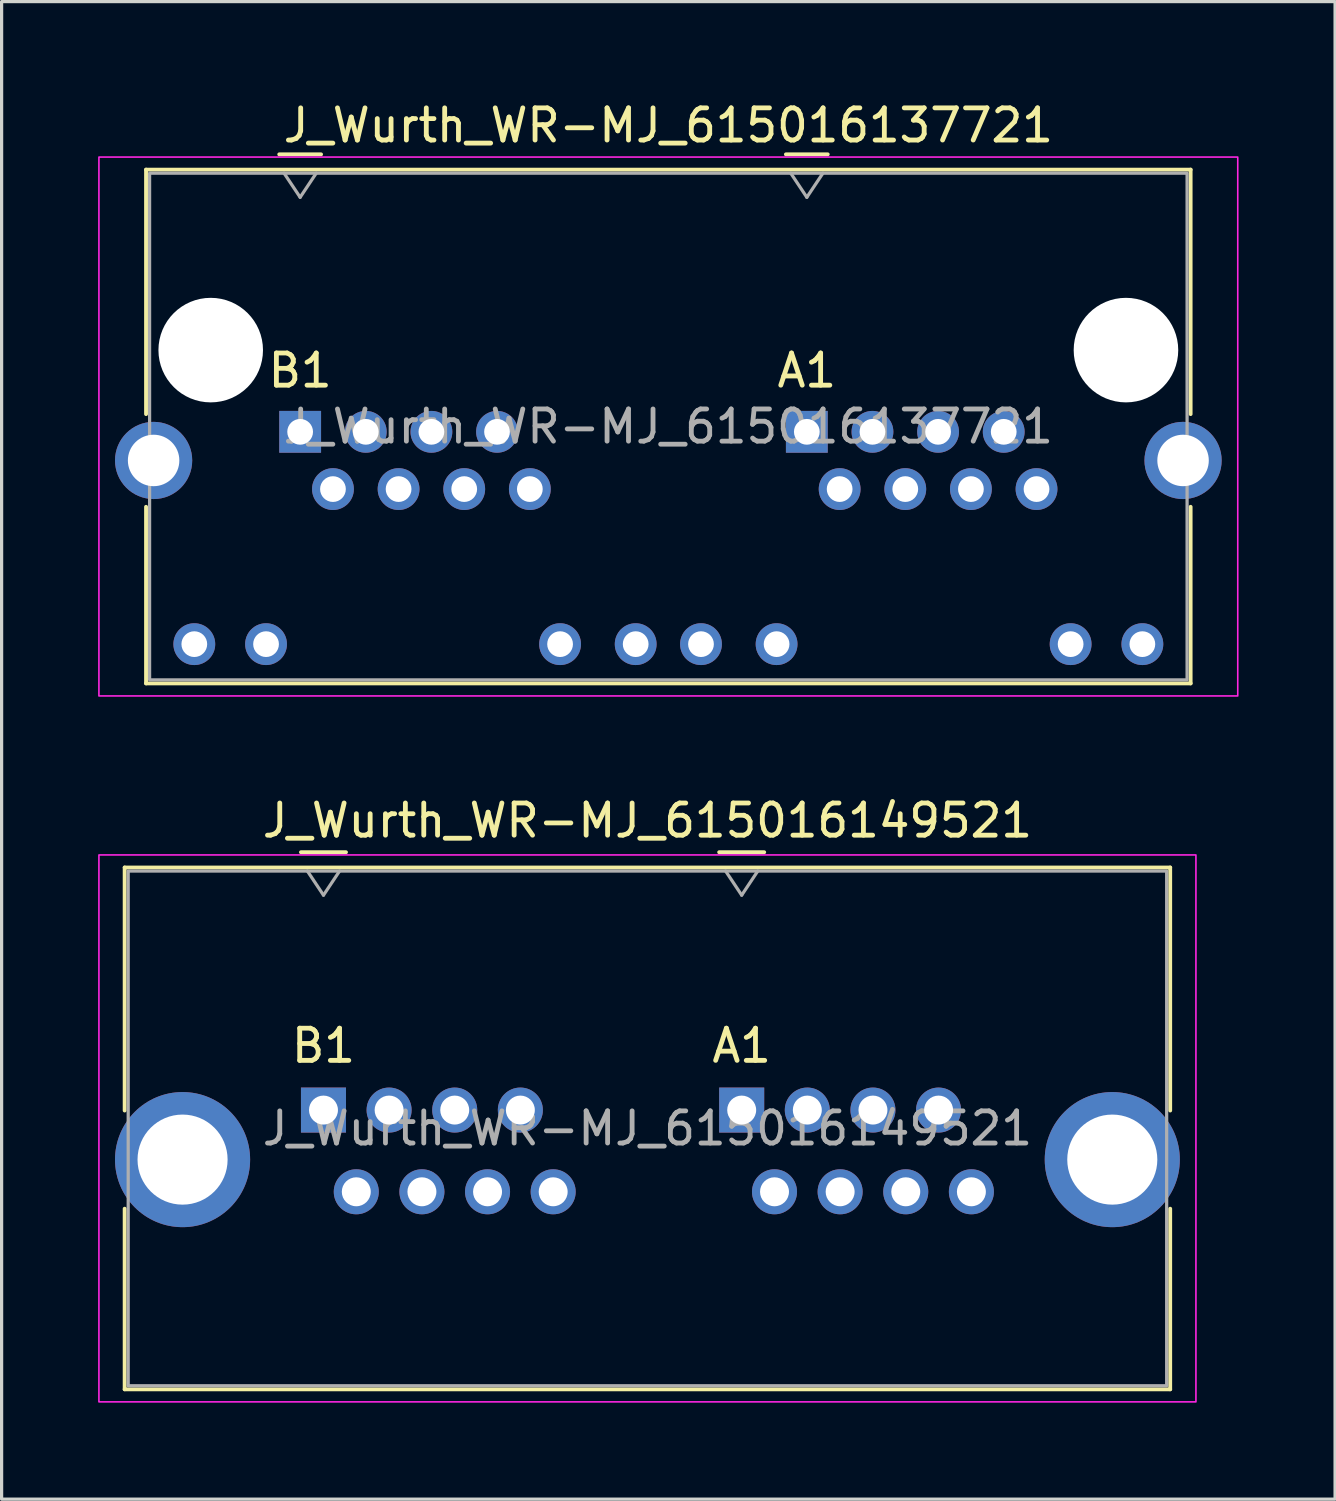
<source format=kicad_pcb>
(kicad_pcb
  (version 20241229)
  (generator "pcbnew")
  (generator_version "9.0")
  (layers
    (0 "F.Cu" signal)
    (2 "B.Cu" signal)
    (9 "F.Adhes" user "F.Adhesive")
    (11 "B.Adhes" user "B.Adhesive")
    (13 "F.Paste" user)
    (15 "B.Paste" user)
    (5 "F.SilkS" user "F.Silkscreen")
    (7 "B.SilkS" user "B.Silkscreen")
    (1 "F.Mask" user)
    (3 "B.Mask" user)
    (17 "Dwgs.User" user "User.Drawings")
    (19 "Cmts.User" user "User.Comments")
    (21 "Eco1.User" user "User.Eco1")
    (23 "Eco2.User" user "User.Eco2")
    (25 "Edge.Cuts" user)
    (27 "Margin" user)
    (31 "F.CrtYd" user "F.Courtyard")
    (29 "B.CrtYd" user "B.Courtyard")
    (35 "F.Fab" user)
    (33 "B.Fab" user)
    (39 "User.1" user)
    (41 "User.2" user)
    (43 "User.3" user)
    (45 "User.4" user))
  (footprint "J_Wurth_WR-MJ_615016137721"
    (layer "F.Cu")
    (at 22.03 10.373)
    (property "Reference" "J_Wurth_WR-MJ_615016137721" (at -4.305 -9.525 0) (unlocked yes) (layer "F.SilkS") (effects (font (size 1 1) (thickness 0.15))))
    (attr through_hole)
    (fp_line (start -20.54 -0.551) (end -20.54 -8.15) (stroke (width 0.12) (type solid)) (layer "F.SilkS"))
    (fp_line (start -20.54 2.331) (end -20.54 7.82) (stroke (width 0.12) (type solid)) (layer "F.SilkS"))
    (fp_line (start -20.54 -8.15) (end 11.93 -8.15) (stroke (width 0.12) (type solid)) (layer "F.SilkS"))
    (fp_line (start -15.1 -8.625) (end -16.4 -8.625) (stroke (width 0.12) (type solid)) (layer "F.SilkS"))
    (fp_line (start 0.65 -8.625) (end -0.65 -8.625) (stroke (width 0.12) (type solid)) (layer "F.SilkS"))
    (fp_line (start 11.93 -0.551) (end 11.93 -8.15) (stroke (width 0.12) (type solid)) (layer "F.SilkS"))
    (fp_line (start 11.93 2.331) (end 11.93 7.82) (stroke (width 0.12) (type solid)) (layer "F.SilkS"))
    (fp_line (start 11.93 7.82) (end -20.54 7.82) (stroke (width 0.12) (type solid)) (layer "F.SilkS"))
    (fp_rect (start -22.005 -8.54) (end 13.395 8.21) (stroke (width 0.05) (type solid)) (fill no) (layer "F.CrtYd"))
    (fp_line (start -15.75 -7.29) (end -16.25 -8.04) (stroke (width 0.1) (type solid)) (layer "F.Fab"))
    (fp_line (start -15.75 -7.29) (end -15.25 -8.04) (stroke (width 0.1) (type solid)) (layer "F.Fab"))
    (fp_line (start 0 -7.29) (end -0.5 -8.04) (stroke (width 0.1) (type solid)) (layer "F.Fab"))
    (fp_line (start 0 -7.29) (end 0.5 -8.04) (stroke (width 0.1) (type solid)) (layer "F.Fab"))
    (fp_rect (start -20.43 -8.04) (end 11.82 7.71) (stroke (width 0.1) (type solid)) (fill no) (layer "F.Fab"))
    (fp_text user "A1" (at 0 -1.905 0) (unlocked yes) (layer "F.SilkS") (effects (font (size 1 1) (thickness 0.15))))
    (fp_text user "B1" (at -15.75 -1.905 0) (unlocked yes) (layer "F.SilkS") (effects (font (size 1 1) (thickness 0.15))))
    (fp_text user "${REFERENCE}" (at -4.305 -0.165 0) (unlocked yes) (layer "F.Fab") (effects (font (size 1 1) (thickness 0.15))))
    (pad "" np_thru_hole circle (at -18.53 -2.54 180) (size 3.25 3.25) (drill 3.25) (layers "*.Cu" "*.Mask"))
    (pad "" np_thru_hole circle (at 9.92 -2.54 180) (size 3.25 3.25) (drill 3.25) (layers "*.Cu" "*.Mask"))
    (pad "A1" thru_hole rect (at 0 0 180) (size 1.3 1.3) (drill 0.8) (layers "*.Cu" "*.Mask"))
    (pad "A2" thru_hole circle (at 1.02 1.78 180) (size 1.3 1.3) (drill 0.8) (layers "*.Cu" "*.Mask"))
    (pad "A3" thru_hole circle (at 2.04 0 180) (size 1.3 1.3) (drill 0.8) (layers "*.Cu" "*.Mask"))
    (pad "A4" thru_hole circle (at 3.06 1.78 180) (size 1.3 1.3) (drill 0.8) (layers "*.Cu" "*.Mask"))
    (pad "A5" thru_hole circle (at 4.08 0 180) (size 1.3 1.3) (drill 0.8) (layers "*.Cu" "*.Mask"))
    (pad "A6" thru_hole circle (at 5.1 1.78 180) (size 1.3 1.3) (drill 0.8) (layers "*.Cu" "*.Mask"))
    (pad "A7" thru_hole circle (at 6.12 0 180) (size 1.3 1.3) (drill 0.8) (layers "*.Cu" "*.Mask"))
    (pad "A8" thru_hole circle (at 7.14 1.78 180) (size 1.3 1.3) (drill 0.8) (layers "*.Cu" "*.Mask"))
    (pad "A9" thru_hole circle (at -3.29 6.6 180) (size 1.3 1.3) (drill 0.8) (layers "*.Cu" "*.Mask"))
    (pad "A10" thru_hole circle (at -0.94 6.6 180) (size 1.3 1.3) (drill 0.8) (layers "*.Cu" "*.Mask"))
    (pad "A11" thru_hole circle (at 8.2 6.6 180) (size 1.3 1.3) (drill 0.8) (layers "*.Cu" "*.Mask"))
    (pad "A12" thru_hole circle (at 10.43 6.6 180) (size 1.3 1.3) (drill 0.8) (layers "*.Cu" "*.Mask"))
    (pad "B1" thru_hole rect (at -15.75 0 180) (size 1.3 1.3) (drill 0.8) (layers "*.Cu" "*.Mask"))
    (pad "B2" thru_hole circle (at -14.73 1.78 180) (size 1.3 1.3) (drill 0.8) (layers "*.Cu" "*.Mask"))
    (pad "B3" thru_hole circle (at -13.71 0 180) (size 1.3 1.3) (drill 0.8) (layers "*.Cu" "*.Mask"))
    (pad "B4" thru_hole circle (at -12.69 1.78 180) (size 1.3 1.3) (drill 0.8) (layers "*.Cu" "*.Mask"))
    (pad "B5" thru_hole circle (at -11.67 0 180) (size 1.3 1.3) (drill 0.8) (layers "*.Cu" "*.Mask"))
    (pad "B6" thru_hole circle (at -10.65 1.78 180) (size 1.3 1.3) (drill 0.8) (layers "*.Cu" "*.Mask"))
    (pad "B7" thru_hole circle (at -9.63 0 180) (size 1.3 1.3) (drill 0.8) (layers "*.Cu" "*.Mask"))
    (pad "B8" thru_hole circle (at -8.61 1.78 180) (size 1.3 1.3) (drill 0.8) (layers "*.Cu" "*.Mask"))
    (pad "B9" thru_hole circle (at -19.04 6.6 180) (size 1.3 1.3) (drill 0.8) (layers "*.Cu" "*.Mask"))
    (pad "B10" thru_hole circle (at -16.81 6.6 180) (size 1.3 1.3) (drill 0.8) (layers "*.Cu" "*.Mask"))
    (pad "B11" thru_hole circle (at -7.67 6.6 180) (size 1.3 1.3) (drill 0.8) (layers "*.Cu" "*.Mask"))
    (pad "B12" thru_hole circle (at -5.32 6.6 180) (size 1.3 1.3) (drill 0.8) (layers "*.Cu" "*.Mask"))
    (pad "S1" thru_hole circle (at 11.695 0.89 180) (size 2.4 2.4) (drill 1.6) (layers "*.Cu" "*.Mask"))
    (pad "S2" thru_hole circle (at -20.305 0.89 180) (size 2.4 2.4) (drill 1.6) (layers "*.Cu" "*.Mask")))
  (footprint "J_Wurth_WR-MJ_615016149521"
    (layer "F.Cu")
    (at 20.005 31.456)
    (property "Reference" "J_Wurth_WR-MJ_615016149521" (at -2.93 -9 0) (unlocked yes) (layer "F.SilkS") (effects (font (size 1 1) (thickness 0.15))))
    (attr through_hole)
    (fp_line (start -19.18 -7.54) (end 13.32 -7.54) (stroke (width 0.12) (type solid)) (layer "F.SilkS"))
    (fp_line (start -19.18 0.014) (end -19.18 -7.54) (stroke (width 0.12) (type solid)) (layer "F.SilkS"))
    (fp_line (start -19.18 3.066) (end -19.18 8.68) (stroke (width 0.12) (type solid)) (layer "F.SilkS"))
    (fp_line (start -19.18 8.68) (end 13.32 8.68) (stroke (width 0.12) (type solid)) (layer "F.SilkS"))
    (fp_line (start -12.3 -8.015) (end -13.7 -8.015) (stroke (width 0.12) (type solid)) (layer "F.SilkS"))
    (fp_line (start 0.7 -8.015) (end -0.7 -8.015) (stroke (width 0.12) (type solid)) (layer "F.SilkS"))
    (fp_line (start 13.32 0.014) (end 13.32 -7.54) (stroke (width 0.12) (type solid)) (layer "F.SilkS"))
    (fp_line (start 13.32 3.066) (end 13.32 8.68) (stroke (width 0.12) (type solid)) (layer "F.SilkS"))
    (fp_rect (start -19.98 -7.93) (end 14.12 9.07) (stroke (width 0.05) (type solid)) (fill no) (layer "F.CrtYd"))
    (fp_line (start -13 -6.68) (end -13.5 -7.43) (stroke (width 0.1) (type solid)) (layer "F.Fab"))
    (fp_line (start -13 -6.68) (end -12.5 -7.43) (stroke (width 0.1) (type solid)) (layer "F.Fab"))
    (fp_line (start 0 -6.68) (end -0.5 -7.43) (stroke (width 0.1) (type solid)) (layer "F.Fab"))
    (fp_line (start 0 -6.68) (end 0.5 -7.43) (stroke (width 0.1) (type solid)) (layer "F.Fab"))
    (fp_rect (start -19.07 -7.43) (end 13.21 8.57) (stroke (width 0.1) (type solid)) (fill no) (layer "F.Fab"))
    (fp_text user "B1" (at -13 -2 0) (unlocked yes) (layer "F.SilkS") (effects (font (size 1 1) (thickness 0.15))))
    (fp_text user "A1" (at 0 -2 0) (unlocked yes) (layer "F.SilkS") (effects (font (size 1 1) (thickness 0.15))))
    (fp_text user "${REFERENCE}" (at -2.93 0.57 0) (unlocked yes) (layer "F.Fab") (effects (font (size 1 1) (thickness 0.15))))
    (pad "A1" thru_hole rect (at 0 0 180) (size 1.4 1.4) (drill 0.9) (layers "*.Cu" "*.Mask"))
    (pad "A2" thru_hole circle (at 1.02 2.54 180) (size 1.4 1.4) (drill 0.9) (layers "*.Cu" "*.Mask"))
    (pad "A3" thru_hole circle (at 2.04 0 180) (size 1.4 1.4) (drill 0.9) (layers "*.Cu" "*.Mask"))
    (pad "A4" thru_hole circle (at 3.06 2.54 180) (size 1.4 1.4) (drill 0.9) (layers "*.Cu" "*.Mask"))
    (pad "A5" thru_hole circle (at 4.08 0 180) (size 1.4 1.4) (drill 0.9) (layers "*.Cu" "*.Mask"))
    (pad "A6" thru_hole circle (at 5.1 2.54 180) (size 1.4 1.4) (drill 0.9) (layers "*.Cu" "*.Mask"))
    (pad "A7" thru_hole circle (at 6.12 0 180) (size 1.4 1.4) (drill 0.9) (layers "*.Cu" "*.Mask"))
    (pad "A8" thru_hole circle (at 7.14 2.54 180) (size 1.4 1.4) (drill 0.9) (layers "*.Cu" "*.Mask"))
    (pad "B1" thru_hole rect (at -13 0 180) (size 1.4 1.4) (drill 0.9) (layers "*.Cu" "*.Mask"))
    (pad "B2" thru_hole circle (at -11.98 2.54 180) (size 1.4 1.4) (drill 0.9) (layers "*.Cu" "*.Mask"))
    (pad "B3" thru_hole circle (at -10.96 0 180) (size 1.4 1.4) (drill 0.9) (layers "*.Cu" "*.Mask"))
    (pad "B4" thru_hole circle (at -9.94 2.54 180) (size 1.4 1.4) (drill 0.9) (layers "*.Cu" "*.Mask"))
    (pad "B5" thru_hole circle (at -8.92 0 180) (size 1.4 1.4) (drill 0.9) (layers "*.Cu" "*.Mask"))
    (pad "B6" thru_hole circle (at -7.9 2.54 180) (size 1.4 1.4) (drill 0.9) (layers "*.Cu" "*.Mask"))
    (pad "B7" thru_hole circle (at -6.88 0 180) (size 1.4 1.4) (drill 0.9) (layers "*.Cu" "*.Mask"))
    (pad "B8" thru_hole circle (at -5.86 2.54 180) (size 1.4 1.4) (drill 0.9) (layers "*.Cu" "*.Mask"))
    (pad "S1" thru_hole circle (at 11.52 1.54 180) (size 4.2 4.2) (drill 2.8) (layers "*.Cu" "*.Mask"))
    (pad "S2" thru_hole circle (at -17.38 1.54 180) (size 4.2 4.2) (drill 2.8) (layers "*.Cu" "*.Mask")))
  (gr_rect
    (start -3 -3)
    (end 38.45 43.551)
    (stroke (width 0.1) (type default))
    (fill no)
    (layer "Edge.Cuts")))
</source>
